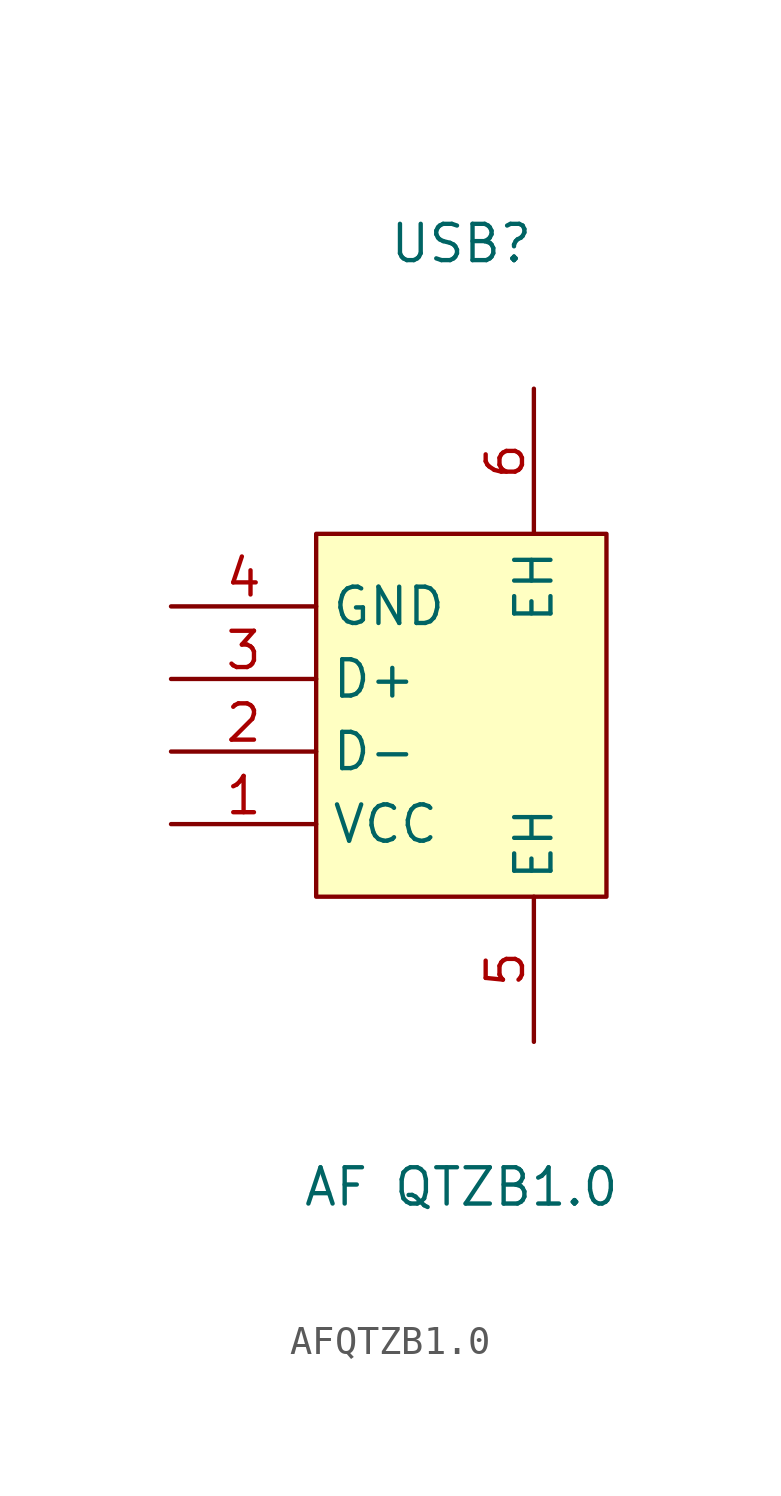
<source format=kicad_sym>
(kicad_symbol_lib
  (version 20211014)
  (generator https://github.com/uPesy/easyeda2kicad.py)
  (symbol "AFQTZB1.0"
    (property "Reference" "USB"
      (at 0 15.24 0)
      (effects (font (size 1.27 1.27))))
    (property "Value" "AF QTZB1.0"
      (at 0 -17.78 0)
      (effects (font (size 1.27 1.27))))
    (symbol "AFQTZB1.0_0_1"
      (rectangle (start -5.08 5.08) (end 5.08 -7.62) (stroke (width 0) (type default) (color 0 0 0 0)) (fill (type background)))
      (pin input line (at -10.16 -5.08 0) (length 5.08) (name "VCC" (effects (font (size 1.27 1.27)))) (number "1" (effects (font (size 1.27 1.27)))))
      (pin input line (at -10.16 -2.54 0) (length 5.08) (name "D-" (effects (font (size 1.27 1.27)))) (number "2" (effects (font (size 1.27 1.27)))))
      (pin input line (at -10.16 -0.00 0) (length 5.08) (name "D+" (effects (font (size 1.27 1.27)))) (number "3" (effects (font (size 1.27 1.27)))))
      (pin input line (at -10.16 2.54 0) (length 5.08) (name "GND" (effects (font (size 1.27 1.27)))) (number "4" (effects (font (size 1.27 1.27)))))
      (pin unspecified line (at 2.54 -12.70 90) (length 5.08) (name "EH" (effects (font (size 1.27 1.27)))) (number "5" (effects (font (size 1.27 1.27)))))
      (pin unspecified line (at 2.54 10.16 270) (length 5.08) (name "EH" (effects (font (size 1.27 1.27)))) (number "6" (effects (font (size 1.27 1.27))))))))
</source>
